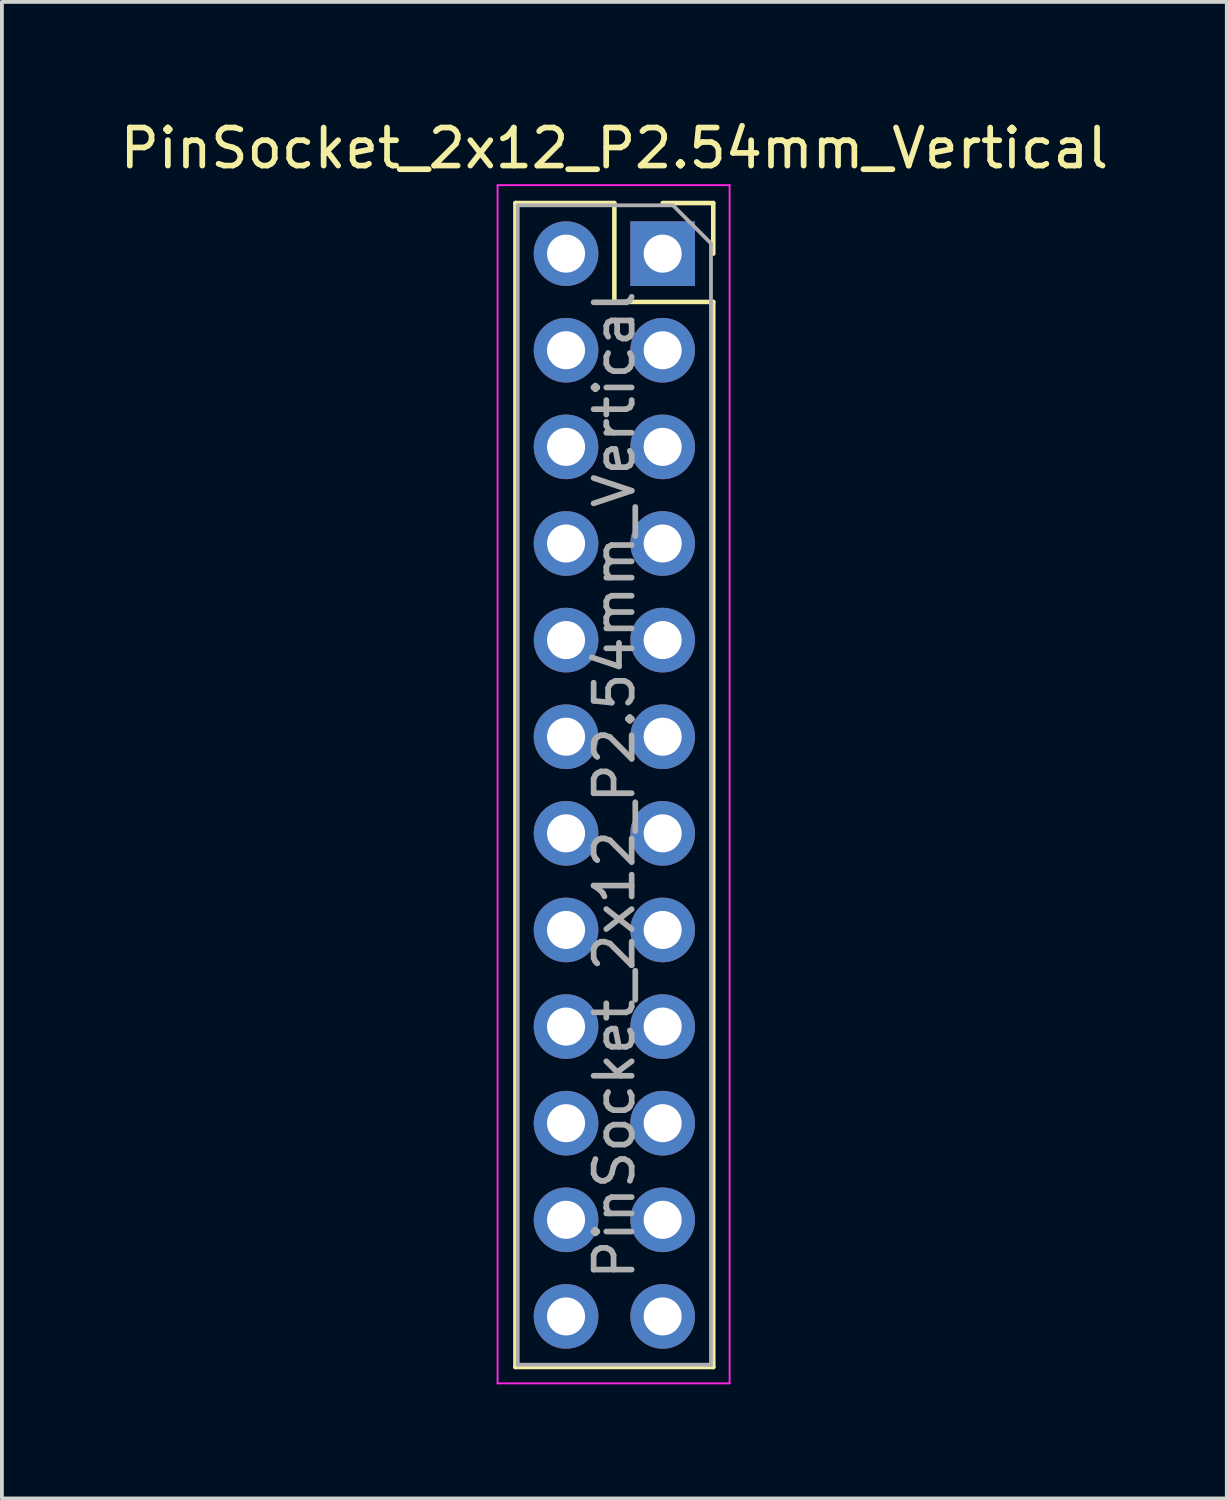
<source format=kicad_pcb>
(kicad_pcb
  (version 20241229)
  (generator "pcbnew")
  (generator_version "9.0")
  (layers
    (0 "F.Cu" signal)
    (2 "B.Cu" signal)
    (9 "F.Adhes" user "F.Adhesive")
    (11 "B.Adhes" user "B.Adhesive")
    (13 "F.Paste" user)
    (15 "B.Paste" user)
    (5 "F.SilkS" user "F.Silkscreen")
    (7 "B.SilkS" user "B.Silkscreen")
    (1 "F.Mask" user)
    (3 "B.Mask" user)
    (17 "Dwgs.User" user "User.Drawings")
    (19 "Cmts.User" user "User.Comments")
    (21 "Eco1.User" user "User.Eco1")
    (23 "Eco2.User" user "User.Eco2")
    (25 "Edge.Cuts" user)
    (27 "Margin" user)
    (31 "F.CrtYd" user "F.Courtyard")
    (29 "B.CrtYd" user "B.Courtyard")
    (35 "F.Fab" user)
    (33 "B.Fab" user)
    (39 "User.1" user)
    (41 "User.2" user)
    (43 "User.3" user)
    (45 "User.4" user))
  (footprint "PinSocket_2x12_P2.54mm_Vertical"
    (layer "F.Cu")
    (at 14.371 3.618)
    (property "Reference" "PinSocket_2x12_P2.54mm_Vertical" (at -1.27 -2.77 0) (layer "F.SilkS") (effects (font (size 1 1) (thickness 0.15))))
    (attr through_hole)
    (fp_line (start -3.87 -1.33) (end -3.87 29.27) (stroke (width 0.12) (type solid)) (layer "F.SilkS"))
    (fp_line (start -3.87 -1.33) (end -1.27 -1.33) (stroke (width 0.12) (type solid)) (layer "F.SilkS"))
    (fp_line (start -3.87 29.27) (end 1.33 29.27) (stroke (width 0.12) (type solid)) (layer "F.SilkS"))
    (fp_line (start -1.27 -1.33) (end -1.27 1.27) (stroke (width 0.12) (type solid)) (layer "F.SilkS"))
    (fp_line (start -1.27 1.27) (end 1.33 1.27) (stroke (width 0.12) (type solid)) (layer "F.SilkS"))
    (fp_line (start 0 -1.33) (end 1.33 -1.33) (stroke (width 0.12) (type solid)) (layer "F.SilkS"))
    (fp_line (start 1.33 -1.33) (end 1.33 0) (stroke (width 0.12) (type solid)) (layer "F.SilkS"))
    (fp_line (start 1.33 1.27) (end 1.33 29.27) (stroke (width 0.12) (type solid)) (layer "F.SilkS"))
    (fp_line (start -4.34 -1.8) (end 1.76 -1.8) (stroke (width 0.05) (type solid)) (layer "F.CrtYd"))
    (fp_line (start -4.34 29.7) (end -4.34 -1.8) (stroke (width 0.05) (type solid)) (layer "F.CrtYd"))
    (fp_line (start 1.76 -1.8) (end 1.76 29.7) (stroke (width 0.05) (type solid)) (layer "F.CrtYd"))
    (fp_line (start 1.76 29.7) (end -4.34 29.7) (stroke (width 0.05) (type solid)) (layer "F.CrtYd"))
    (fp_line (start -3.81 -1.27) (end 0.27 -1.27) (stroke (width 0.1) (type solid)) (layer "F.Fab"))
    (fp_line (start -3.81 29.21) (end -3.81 -1.27) (stroke (width 0.1) (type solid)) (layer "F.Fab"))
    (fp_line (start 0.27 -1.27) (end 1.27 -0.27) (stroke (width 0.1) (type solid)) (layer "F.Fab"))
    (fp_line (start 1.27 -0.27) (end 1.27 29.21) (stroke (width 0.1) (type solid)) (layer "F.Fab"))
    (fp_line (start 1.27 29.21) (end -3.81 29.21) (stroke (width 0.1) (type solid)) (layer "F.Fab"))
    (fp_text user "${REFERENCE}" (at -1.27 13.97 90) (layer "F.Fab") (effects (font (size 1 1) (thickness 0.15))))
    (pad "1" thru_hole rect (at 0 0) (size 1.7 1.7) (drill 1) (layers "*.Cu" "*.Mask"))
    (pad "2" thru_hole oval (at -2.54 0) (size 1.7 1.7) (drill 1) (layers "*.Cu" "*.Mask"))
    (pad "3" thru_hole oval (at 0 2.54) (size 1.7 1.7) (drill 1) (layers "*.Cu" "*.Mask"))
    (pad "4" thru_hole oval (at -2.54 2.54) (size 1.7 1.7) (drill 1) (layers "*.Cu" "*.Mask"))
    (pad "5" thru_hole oval (at 0 5.08) (size 1.7 1.7) (drill 1) (layers "*.Cu" "*.Mask"))
    (pad "6" thru_hole oval (at -2.54 5.08) (size 1.7 1.7) (drill 1) (layers "*.Cu" "*.Mask"))
    (pad "7" thru_hole oval (at 0 7.62) (size 1.7 1.7) (drill 1) (layers "*.Cu" "*.Mask"))
    (pad "8" thru_hole oval (at -2.54 7.62) (size 1.7 1.7) (drill 1) (layers "*.Cu" "*.Mask"))
    (pad "9" thru_hole oval (at 0 10.16) (size 1.7 1.7) (drill 1) (layers "*.Cu" "*.Mask"))
    (pad "10" thru_hole oval (at -2.54 10.16) (size 1.7 1.7) (drill 1) (layers "*.Cu" "*.Mask"))
    (pad "11" thru_hole oval (at 0 12.7) (size 1.7 1.7) (drill 1) (layers "*.Cu" "*.Mask"))
    (pad "12" thru_hole oval (at -2.54 12.7) (size 1.7 1.7) (drill 1) (layers "*.Cu" "*.Mask"))
    (pad "13" thru_hole oval (at 0 15.24) (size 1.7 1.7) (drill 1) (layers "*.Cu" "*.Mask"))
    (pad "14" thru_hole oval (at -2.54 15.24) (size 1.7 1.7) (drill 1) (layers "*.Cu" "*.Mask"))
    (pad "15" thru_hole oval (at 0 17.78) (size 1.7 1.7) (drill 1) (layers "*.Cu" "*.Mask"))
    (pad "16" thru_hole oval (at -2.54 17.78) (size 1.7 1.7) (drill 1) (layers "*.Cu" "*.Mask"))
    (pad "17" thru_hole oval (at 0 20.32) (size 1.7 1.7) (drill 1) (layers "*.Cu" "*.Mask"))
    (pad "18" thru_hole oval (at -2.54 20.32) (size 1.7 1.7) (drill 1) (layers "*.Cu" "*.Mask"))
    (pad "19" thru_hole oval (at 0 22.86) (size 1.7 1.7) (drill 1) (layers "*.Cu" "*.Mask"))
    (pad "20" thru_hole oval (at -2.54 22.86) (size 1.7 1.7) (drill 1) (layers "*.Cu" "*.Mask"))
    (pad "21" thru_hole oval (at 0 25.4) (size 1.7 1.7) (drill 1) (layers "*.Cu" "*.Mask"))
    (pad "22" thru_hole oval (at -2.54 25.4) (size 1.7 1.7) (drill 1) (layers "*.Cu" "*.Mask"))
    (pad "23" thru_hole oval (at 0 27.94) (size 1.7 1.7) (drill 1) (layers "*.Cu" "*.Mask"))
    (pad "24" thru_hole oval (at -2.54 27.94) (size 1.7 1.7) (drill 1) (layers "*.Cu" "*.Mask")))
  (gr_rect
    (start -3 -3)
    (end 29.202 36.343)
    (stroke (width 0.1) (type default))
    (fill no)
    (layer "Edge.Cuts")))
</source>
